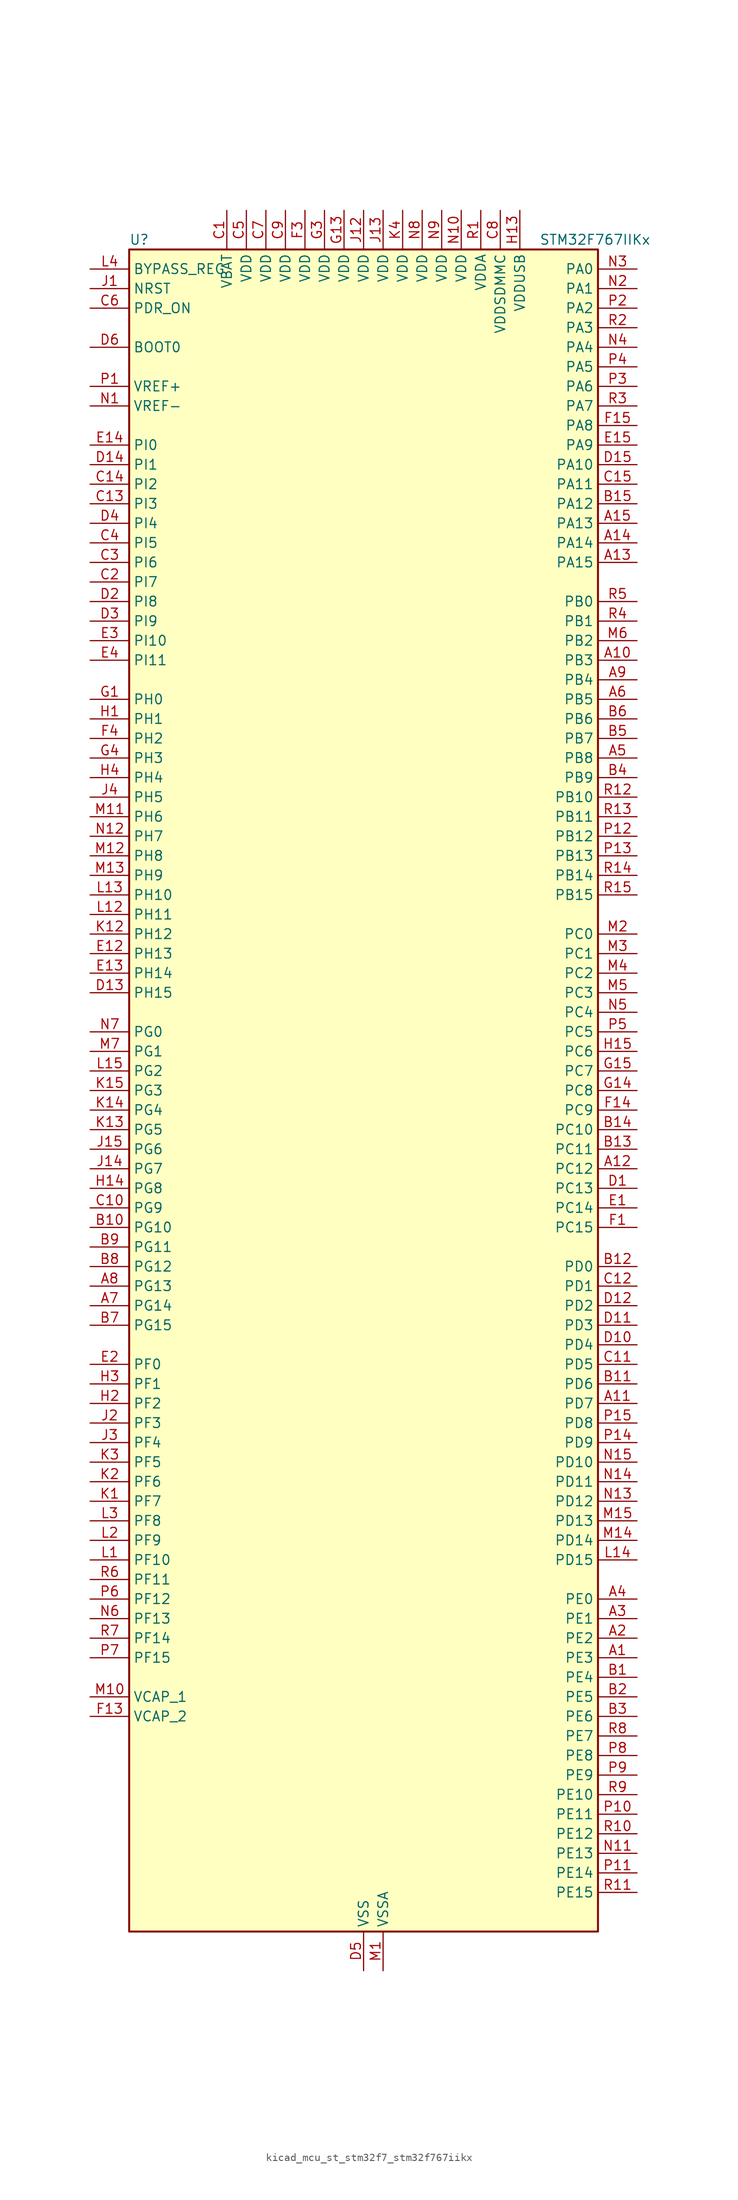
<source format=kicad_sym>
(kicad_symbol_lib
  (version 20220914)
  (generator kicad_symbol_editor)
  (symbol "kicad_mcu_st_stm32f7_stm32f767iikx"
    (property "Reference" "U"
      (at -30.48 110.49 0)
      (effects (font (size 1.27 1.27)) (justify left)))
    (property "Value" "STM32F767IIKx"
      (at 22.86 110.49 0)
      (effects (font (size 1.27 1.27)) (justify left)))
    (property "ki_locked" ""
      (at 0 0 0)
      (effects (font (size 1.27 1.27))))
    (symbol "kicad_mcu_st_stm32f7_stm32f767iikx_0_1"
      (rectangle (start -30.48 -109.22) (end 30.48 109.22) (stroke (width 0.254) (type default)) (fill (type background))))
    (symbol "kicad_mcu_st_stm32f7_stm32f767iikx_1_1"
      (pin bidirectional line (at 35.56 -73.66 180) (length 5.08) (name "PE3" (effects (font (size 1.27 1.27)))) (number "A1" (effects (font (size 1.27 1.27)))) (alternate "FMC_A19" bidirectional line) (alternate "SAI1_SD_B" bidirectional line) (alternate "SYS_TRACED0" bidirectional line))
      (pin bidirectional line (at 35.56 55.88 180) (length 5.08) (name "PB3" (effects (font (size 1.27 1.27)))) (number "A10" (effects (font (size 1.27 1.27)))) (alternate "CAN3_RX" bidirectional line) (alternate "I2S1_CK" bidirectional line) (alternate "I2S3_CK" bidirectional line) (alternate "SDMMC2_D2" bidirectional line) (alternate "SPI1_SCK" bidirectional line) (alternate "SPI3_SCK" bidirectional line) (alternate "SPI6_SCK" bidirectional line) (alternate "SYS_JTDO-SWO" bidirectional line) (alternate "TIM2_CH2" bidirectional line) (alternate "UART7_RX" bidirectional line))
      (pin bidirectional line (at 35.56 -40.64 180) (length 5.08) (name "PD7" (effects (font (size 1.27 1.27)))) (number "A11" (effects (font (size 1.27 1.27)))) (alternate "DFSDM1_CKIN1" bidirectional line) (alternate "DFSDM1_DATIN4" bidirectional line) (alternate "FMC_NE1" bidirectional line) (alternate "I2S1_SD" bidirectional line) (alternate "SDMMC2_CMD" bidirectional line) (alternate "SPDIFRX_IN0" bidirectional line) (alternate "SPI1_MOSI" bidirectional line) (alternate "USART2_CK" bidirectional line))
      (pin bidirectional line (at 35.56 -10.16 180) (length 5.08) (name "PC12" (effects (font (size 1.27 1.27)))) (number "A12" (effects (font (size 1.27 1.27)))) (alternate "DCMI_D9" bidirectional line) (alternate "I2S3_SD" bidirectional line) (alternate "SDMMC1_CK" bidirectional line) (alternate "SPI3_MOSI" bidirectional line) (alternate "SYS_TRACED3" bidirectional line) (alternate "UART5_TX" bidirectional line) (alternate "USART3_CK" bidirectional line))
      (pin bidirectional line (at 35.56 68.58 180) (length 5.08) (name "PA15" (effects (font (size 1.27 1.27)))) (number "A13" (effects (font (size 1.27 1.27)))) (alternate "CAN3_TX" bidirectional line) (alternate "CEC" bidirectional line) (alternate "I2S1_WS" bidirectional line) (alternate "I2S3_WS" bidirectional line) (alternate "SPI1_NSS" bidirectional line) (alternate "SPI3_NSS" bidirectional line) (alternate "SPI6_NSS" bidirectional line) (alternate "SYS_JTDI" bidirectional line) (alternate "TIM2_CH1" bidirectional line) (alternate "TIM2_ETR" bidirectional line) (alternate "UART4_DE" bidirectional line) (alternate "UART4_RTS" bidirectional line) (alternate "UART7_TX" bidirectional line))
      (pin bidirectional line (at 35.56 71.12 180) (length 5.08) (name "PA14" (effects (font (size 1.27 1.27)))) (number "A14" (effects (font (size 1.27 1.27)))) (alternate "SYS_JTCK-SWCLK" bidirectional line))
      (pin bidirectional line (at 35.56 73.66 180) (length 5.08) (name "PA13" (effects (font (size 1.27 1.27)))) (number "A15" (effects (font (size 1.27 1.27)))) (alternate "SYS_JTMS-SWDIO" bidirectional line))
      (pin bidirectional line (at 35.56 -71.12 180) (length 5.08) (name "PE2" (effects (font (size 1.27 1.27)))) (number "A2" (effects (font (size 1.27 1.27)))) (alternate "ETH_TXD3" bidirectional line) (alternate "FMC_A23" bidirectional line) (alternate "QUADSPI_BK1_IO2" bidirectional line) (alternate "SAI1_MCLK_A" bidirectional line) (alternate "SPI4_SCK" bidirectional line) (alternate "SYS_TRACECLK" bidirectional line))
      (pin bidirectional line (at 35.56 -68.58 180) (length 5.08) (name "PE1" (effects (font (size 1.27 1.27)))) (number "A3" (effects (font (size 1.27 1.27)))) (alternate "DCMI_D3" bidirectional line) (alternate "FMC_NBL1" bidirectional line) (alternate "LPTIM1_IN2" bidirectional line) (alternate "UART8_TX" bidirectional line))
      (pin bidirectional line (at 35.56 -66.04 180) (length 5.08) (name "PE0" (effects (font (size 1.27 1.27)))) (number "A4" (effects (font (size 1.27 1.27)))) (alternate "DCMI_D2" bidirectional line) (alternate "FMC_NBL0" bidirectional line) (alternate "LPTIM1_ETR" bidirectional line) (alternate "SAI2_MCLK_A" bidirectional line) (alternate "TIM4_ETR" bidirectional line) (alternate "UART8_RX" bidirectional line))
      (pin bidirectional line (at 35.56 43.18 180) (length 5.08) (name "PB8" (effects (font (size 1.27 1.27)))) (number "A5" (effects (font (size 1.27 1.27)))) (alternate "CAN1_RX" bidirectional line) (alternate "DCMI_D6" bidirectional line) (alternate "DFSDM1_CKIN7" bidirectional line) (alternate "ETH_TXD3" bidirectional line) (alternate "I2C1_SCL" bidirectional line) (alternate "I2C4_SCL" bidirectional line) (alternate "LTDC_B6" bidirectional line) (alternate "SDMMC1_D4" bidirectional line) (alternate "SDMMC2_D4" bidirectional line) (alternate "TIM10_CH1" bidirectional line) (alternate "TIM4_CH3" bidirectional line) (alternate "UART5_RX" bidirectional line))
      (pin bidirectional line (at 35.56 50.8 180) (length 5.08) (name "PB5" (effects (font (size 1.27 1.27)))) (number "A6" (effects (font (size 1.27 1.27)))) (alternate "CAN2_RX" bidirectional line) (alternate "DCMI_D10" bidirectional line) (alternate "ETH_PPS_OUT" bidirectional line) (alternate "FMC_SDCKE1" bidirectional line) (alternate "I2C1_SMBA" bidirectional line) (alternate "I2S1_SD" bidirectional line) (alternate "I2S3_SD" bidirectional line) (alternate "LTDC_G7" bidirectional line) (alternate "SPI1_MOSI" bidirectional line) (alternate "SPI3_MOSI" bidirectional line) (alternate "SPI6_MOSI" bidirectional line) (alternate "TIM3_CH2" bidirectional line) (alternate "UART5_RX" bidirectional line) (alternate "USB_OTG_HS_ULPI_D7" bidirectional line))
      (pin bidirectional line (at -35.56 -27.94 0) (length 5.08) (name "PG14" (effects (font (size 1.27 1.27)))) (number "A7" (effects (font (size 1.27 1.27)))) (alternate "ETH_TXD1" bidirectional line) (alternate "FMC_A25" bidirectional line) (alternate "LPTIM1_ETR" bidirectional line) (alternate "LTDC_B0" bidirectional line) (alternate "QUADSPI_BK2_IO3" bidirectional line) (alternate "SPI6_MOSI" bidirectional line) (alternate "SYS_TRACED1" bidirectional line) (alternate "USART6_TX" bidirectional line))
      (pin bidirectional line (at -35.56 -25.4 0) (length 5.08) (name "PG13" (effects (font (size 1.27 1.27)))) (number "A8" (effects (font (size 1.27 1.27)))) (alternate "ETH_TXD0" bidirectional line) (alternate "FMC_A24" bidirectional line) (alternate "LPTIM1_OUT" bidirectional line) (alternate "LTDC_R0" bidirectional line) (alternate "SPI6_SCK" bidirectional line) (alternate "SYS_TRACED0" bidirectional line) (alternate "USART6_CTS" bidirectional line))
      (pin bidirectional line (at 35.56 53.34 180) (length 5.08) (name "PB4" (effects (font (size 1.27 1.27)))) (number "A9" (effects (font (size 1.27 1.27)))) (alternate "CAN3_TX" bidirectional line) (alternate "I2S2_WS" bidirectional line) (alternate "SDMMC2_D3" bidirectional line) (alternate "SPI1_MISO" bidirectional line) (alternate "SPI2_NSS" bidirectional line) (alternate "SPI3_MISO" bidirectional line) (alternate "SPI6_MISO" bidirectional line) (alternate "SYS_JTRST" bidirectional line) (alternate "TIM3_CH1" bidirectional line) (alternate "UART7_TX" bidirectional line))
      (pin bidirectional line (at 35.56 -76.2 180) (length 5.08) (name "PE4" (effects (font (size 1.27 1.27)))) (number "B1" (effects (font (size 1.27 1.27)))) (alternate "DCMI_D4" bidirectional line) (alternate "DFSDM1_DATIN3" bidirectional line) (alternate "FMC_A20" bidirectional line) (alternate "LTDC_B0" bidirectional line) (alternate "SAI1_FS_A" bidirectional line) (alternate "SPI4_NSS" bidirectional line) (alternate "SYS_TRACED1" bidirectional line))
      (pin bidirectional line (at -35.56 -17.78 0) (length 5.08) (name "PG10" (effects (font (size 1.27 1.27)))) (number "B10" (effects (font (size 1.27 1.27)))) (alternate "DCMI_D2" bidirectional line) (alternate "FMC_NE3" bidirectional line) (alternate "I2S1_WS" bidirectional line) (alternate "LTDC_B2" bidirectional line) (alternate "LTDC_G3" bidirectional line) (alternate "SAI2_SD_B" bidirectional line) (alternate "SDMMC2_D1" bidirectional line) (alternate "SPI1_NSS" bidirectional line))
      (pin bidirectional line (at 35.56 -38.1 180) (length 5.08) (name "PD6" (effects (font (size 1.27 1.27)))) (number "B11" (effects (font (size 1.27 1.27)))) (alternate "DCMI_D10" bidirectional line) (alternate "DFSDM1_CKIN4" bidirectional line) (alternate "DFSDM1_DATIN1" bidirectional line) (alternate "FMC_NWAIT" bidirectional line) (alternate "I2S3_SD" bidirectional line) (alternate "LTDC_B2" bidirectional line) (alternate "SAI1_SD_A" bidirectional line) (alternate "SDMMC2_CK" bidirectional line) (alternate "SPI3_MOSI" bidirectional line) (alternate "USART2_RX" bidirectional line))
      (pin bidirectional line (at 35.56 -22.86 180) (length 5.08) (name "PD0" (effects (font (size 1.27 1.27)))) (number "B12" (effects (font (size 1.27 1.27)))) (alternate "CAN1_RX" bidirectional line) (alternate "DFSDM1_CKIN6" bidirectional line) (alternate "DFSDM1_DATIN7" bidirectional line) (alternate "FMC_D2" bidirectional line) (alternate "FMC_DA2" bidirectional line) (alternate "UART4_RX" bidirectional line))
      (pin bidirectional line (at 35.56 -7.62 180) (length 5.08) (name "PC11" (effects (font (size 1.27 1.27)))) (number "B13" (effects (font (size 1.27 1.27)))) (alternate "ADC1_EXTI11" bidirectional line) (alternate "ADC2_EXTI11" bidirectional line) (alternate "ADC3_EXTI11" bidirectional line) (alternate "DCMI_D4" bidirectional line) (alternate "DFSDM1_DATIN5" bidirectional line) (alternate "QUADSPI_BK2_NCS" bidirectional line) (alternate "SDMMC1_D3" bidirectional line) (alternate "SPI3_MISO" bidirectional line) (alternate "UART4_RX" bidirectional line) (alternate "USART3_RX" bidirectional line))
      (pin bidirectional line (at 35.56 -5.08 180) (length 5.08) (name "PC10" (effects (font (size 1.27 1.27)))) (number "B14" (effects (font (size 1.27 1.27)))) (alternate "DCMI_D8" bidirectional line) (alternate "DFSDM1_CKIN5" bidirectional line) (alternate "I2S3_CK" bidirectional line) (alternate "LTDC_R2" bidirectional line) (alternate "QUADSPI_BK1_IO1" bidirectional line) (alternate "SDMMC1_D2" bidirectional line) (alternate "SPI3_SCK" bidirectional line) (alternate "UART4_TX" bidirectional line) (alternate "USART3_TX" bidirectional line))
      (pin bidirectional line (at 35.56 76.2 180) (length 5.08) (name "PA12" (effects (font (size 1.27 1.27)))) (number "B15" (effects (font (size 1.27 1.27)))) (alternate "CAN1_TX" bidirectional line) (alternate "I2S2_CK" bidirectional line) (alternate "LTDC_R5" bidirectional line) (alternate "SAI2_FS_B" bidirectional line) (alternate "SPI2_SCK" bidirectional line) (alternate "TIM1_ETR" bidirectional line) (alternate "UART4_TX" bidirectional line) (alternate "USART1_DE" bidirectional line) (alternate "USART1_RTS" bidirectional line) (alternate "USB_OTG_FS_DP" bidirectional line))
      (pin bidirectional line (at 35.56 -78.74 180) (length 5.08) (name "PE5" (effects (font (size 1.27 1.27)))) (number "B2" (effects (font (size 1.27 1.27)))) (alternate "DCMI_D6" bidirectional line) (alternate "DFSDM1_CKIN3" bidirectional line) (alternate "FMC_A21" bidirectional line) (alternate "LTDC_G0" bidirectional line) (alternate "SAI1_SCK_A" bidirectional line) (alternate "SPI4_MISO" bidirectional line) (alternate "SYS_TRACED2" bidirectional line) (alternate "TIM9_CH1" bidirectional line))
      (pin bidirectional line (at 35.56 -81.28 180) (length 5.08) (name "PE6" (effects (font (size 1.27 1.27)))) (number "B3" (effects (font (size 1.27 1.27)))) (alternate "DCMI_D7" bidirectional line) (alternate "FMC_A22" bidirectional line) (alternate "LTDC_G1" bidirectional line) (alternate "SAI1_SD_A" bidirectional line) (alternate "SAI2_MCLK_B" bidirectional line) (alternate "SPI4_MOSI" bidirectional line) (alternate "SYS_TRACED3" bidirectional line) (alternate "TIM1_BKIN2" bidirectional line) (alternate "TIM9_CH2" bidirectional line))
      (pin bidirectional line (at 35.56 40.64 180) (length 5.08) (name "PB9" (effects (font (size 1.27 1.27)))) (number "B4" (effects (font (size 1.27 1.27)))) (alternate "CAN1_TX" bidirectional line) (alternate "DAC_EXTI9" bidirectional line) (alternate "DCMI_D7" bidirectional line) (alternate "DFSDM1_DATIN7" bidirectional line) (alternate "I2C1_SDA" bidirectional line) (alternate "I2C4_SDA" bidirectional line) (alternate "I2C4_SMBA" bidirectional line) (alternate "I2S2_WS" bidirectional line) (alternate "LTDC_B7" bidirectional line) (alternate "SDMMC1_D5" bidirectional line) (alternate "SDMMC2_D5" bidirectional line) (alternate "SPI2_NSS" bidirectional line) (alternate "TIM11_CH1" bidirectional line) (alternate "TIM4_CH4" bidirectional line) (alternate "UART5_TX" bidirectional line))
      (pin bidirectional line (at 35.56 45.72 180) (length 5.08) (name "PB7" (effects (font (size 1.27 1.27)))) (number "B5" (effects (font (size 1.27 1.27)))) (alternate "DCMI_VSYNC" bidirectional line) (alternate "DFSDM1_CKIN5" bidirectional line) (alternate "FMC_NL" bidirectional line) (alternate "I2C1_SDA" bidirectional line) (alternate "I2C4_SDA" bidirectional line) (alternate "TIM4_CH2" bidirectional line) (alternate "USART1_RX" bidirectional line))
      (pin bidirectional line (at 35.56 48.26 180) (length 5.08) (name "PB6" (effects (font (size 1.27 1.27)))) (number "B6" (effects (font (size 1.27 1.27)))) (alternate "CAN2_TX" bidirectional line) (alternate "CEC" bidirectional line) (alternate "DCMI_D5" bidirectional line) (alternate "DFSDM1_DATIN5" bidirectional line) (alternate "FMC_SDNE1" bidirectional line) (alternate "I2C1_SCL" bidirectional line) (alternate "I2C4_SCL" bidirectional line) (alternate "QUADSPI_BK1_NCS" bidirectional line) (alternate "TIM4_CH1" bidirectional line) (alternate "UART5_TX" bidirectional line) (alternate "USART1_TX" bidirectional line))
      (pin bidirectional line (at -35.56 -30.48 0) (length 5.08) (name "PG15" (effects (font (size 1.27 1.27)))) (number "B7" (effects (font (size 1.27 1.27)))) (alternate "DCMI_D13" bidirectional line) (alternate "FMC_SDNCAS" bidirectional line) (alternate "USART6_CTS" bidirectional line))
      (pin bidirectional line (at -35.56 -22.86 0) (length 5.08) (name "PG12" (effects (font (size 1.27 1.27)))) (number "B8" (effects (font (size 1.27 1.27)))) (alternate "FMC_NE4" bidirectional line) (alternate "LPTIM1_IN1" bidirectional line) (alternate "LTDC_B1" bidirectional line) (alternate "LTDC_B4" bidirectional line) (alternate "SDMMC2_D3" bidirectional line) (alternate "SPDIFRX_IN1" bidirectional line) (alternate "SPI6_MISO" bidirectional line) (alternate "USART6_DE" bidirectional line) (alternate "USART6_RTS" bidirectional line))
      (pin bidirectional line (at -35.56 -20.32 0) (length 5.08) (name "PG11" (effects (font (size 1.27 1.27)))) (number "B9" (effects (font (size 1.27 1.27)))) (alternate "ADC1_EXTI11" bidirectional line) (alternate "ADC2_EXTI11" bidirectional line) (alternate "ADC3_EXTI11" bidirectional line) (alternate "DCMI_D3" bidirectional line) (alternate "ETH_TX_EN" bidirectional line) (alternate "I2S1_CK" bidirectional line) (alternate "LTDC_B3" bidirectional line) (alternate "SDMMC2_D2" bidirectional line) (alternate "SPDIFRX_IN0" bidirectional line) (alternate "SPI1_SCK" bidirectional line))
      (pin power_in line (at -17.78 114.3 270) (length 5.08) (name "VBAT" (effects (font (size 1.27 1.27)))) (number "C1" (effects (font (size 1.27 1.27)))))
      (pin bidirectional line (at -35.56 -15.24 0) (length 5.08) (name "PG9" (effects (font (size 1.27 1.27)))) (number "C10" (effects (font (size 1.27 1.27)))) (alternate "DAC_EXTI9" bidirectional line) (alternate "DCMI_VSYNC" bidirectional line) (alternate "FMC_NCE" bidirectional line) (alternate "FMC_NE2" bidirectional line) (alternate "QUADSPI_BK2_IO2" bidirectional line) (alternate "SAI2_FS_B" bidirectional line) (alternate "SDMMC2_D0" bidirectional line) (alternate "SPDIFRX_IN3" bidirectional line) (alternate "SPI1_MISO" bidirectional line) (alternate "USART6_RX" bidirectional line))
      (pin bidirectional line (at 35.56 -35.56 180) (length 5.08) (name "PD5" (effects (font (size 1.27 1.27)))) (number "C11" (effects (font (size 1.27 1.27)))) (alternate "FMC_NWE" bidirectional line) (alternate "USART2_TX" bidirectional line))
      (pin bidirectional line (at 35.56 -25.4 180) (length 5.08) (name "PD1" (effects (font (size 1.27 1.27)))) (number "C12" (effects (font (size 1.27 1.27)))) (alternate "CAN1_TX" bidirectional line) (alternate "DFSDM1_CKIN7" bidirectional line) (alternate "DFSDM1_DATIN6" bidirectional line) (alternate "FMC_D3" bidirectional line) (alternate "FMC_DA3" bidirectional line) (alternate "UART4_TX" bidirectional line))
      (pin bidirectional line (at -35.56 76.2 0) (length 5.08) (name "PI3" (effects (font (size 1.27 1.27)))) (number "C13" (effects (font (size 1.27 1.27)))) (alternate "DCMI_D10" bidirectional line) (alternate "FMC_D27" bidirectional line) (alternate "I2S2_SD" bidirectional line) (alternate "SPI2_MOSI" bidirectional line) (alternate "TIM8_ETR" bidirectional line))
      (pin bidirectional line (at -35.56 78.74 0) (length 5.08) (name "PI2" (effects (font (size 1.27 1.27)))) (number "C14" (effects (font (size 1.27 1.27)))) (alternate "DCMI_D9" bidirectional line) (alternate "FMC_D26" bidirectional line) (alternate "LTDC_G7" bidirectional line) (alternate "SPI2_MISO" bidirectional line) (alternate "TIM8_CH4" bidirectional line))
      (pin bidirectional line (at 35.56 78.74 180) (length 5.08) (name "PA11" (effects (font (size 1.27 1.27)))) (number "C15" (effects (font (size 1.27 1.27)))) (alternate "ADC1_EXTI11" bidirectional line) (alternate "ADC2_EXTI11" bidirectional line) (alternate "ADC3_EXTI11" bidirectional line) (alternate "CAN1_RX" bidirectional line) (alternate "I2S2_WS" bidirectional line) (alternate "LTDC_R4" bidirectional line) (alternate "SPI2_NSS" bidirectional line) (alternate "TIM1_CH4" bidirectional line) (alternate "UART4_RX" bidirectional line) (alternate "USART1_CTS" bidirectional line) (alternate "USB_OTG_FS_DM" bidirectional line))
      (pin bidirectional line (at -35.56 66.04 0) (length 5.08) (name "PI7" (effects (font (size 1.27 1.27)))) (number "C2" (effects (font (size 1.27 1.27)))) (alternate "DCMI_D7" bidirectional line) (alternate "FMC_D29" bidirectional line) (alternate "LTDC_B7" bidirectional line) (alternate "SAI2_FS_A" bidirectional line) (alternate "TIM8_CH3" bidirectional line))
      (pin bidirectional line (at -35.56 68.58 0) (length 5.08) (name "PI6" (effects (font (size 1.27 1.27)))) (number "C3" (effects (font (size 1.27 1.27)))) (alternate "DCMI_D6" bidirectional line) (alternate "FMC_D28" bidirectional line) (alternate "LTDC_B6" bidirectional line) (alternate "SAI2_SD_A" bidirectional line) (alternate "TIM8_CH2" bidirectional line))
      (pin bidirectional line (at -35.56 71.12 0) (length 5.08) (name "PI5" (effects (font (size 1.27 1.27)))) (number "C4" (effects (font (size 1.27 1.27)))) (alternate "DCMI_VSYNC" bidirectional line) (alternate "FMC_NBL3" bidirectional line) (alternate "LTDC_B5" bidirectional line) (alternate "SAI2_SCK_A" bidirectional line) (alternate "TIM8_CH1" bidirectional line))
      (pin power_in line (at -15.24 114.3 270) (length 5.08) (name "VDD" (effects (font (size 1.27 1.27)))) (number "C5" (effects (font (size 1.27 1.27)))))
      (pin input line (at -35.56 101.6 0) (length 5.08) (name "PDR_ON" (effects (font (size 1.27 1.27)))) (number "C6" (effects (font (size 1.27 1.27)))))
      (pin power_in line (at -12.7 114.3 270) (length 5.08) (name "VDD" (effects (font (size 1.27 1.27)))) (number "C7" (effects (font (size 1.27 1.27)))))
      (pin power_in line (at 17.78 114.3 270) (length 5.08) (name "VDDSDMMC" (effects (font (size 1.27 1.27)))) (number "C8" (effects (font (size 1.27 1.27)))))
      (pin power_in line (at -10.16 114.3 270) (length 5.08) (name "VDD" (effects (font (size 1.27 1.27)))) (number "C9" (effects (font (size 1.27 1.27)))))
      (pin bidirectional line (at 35.56 -12.7 180) (length 5.08) (name "PC13" (effects (font (size 1.27 1.27)))) (number "D1" (effects (font (size 1.27 1.27)))) (alternate "RTC_OUT" bidirectional line) (alternate "RTC_TAMP1" bidirectional line) (alternate "RTC_TS" bidirectional line) (alternate "SYS_WKUP4" bidirectional line))
      (pin bidirectional line (at 35.56 -33.02 180) (length 5.08) (name "PD4" (effects (font (size 1.27 1.27)))) (number "D10" (effects (font (size 1.27 1.27)))) (alternate "DFSDM1_CKIN0" bidirectional line) (alternate "FMC_NOE" bidirectional line) (alternate "USART2_DE" bidirectional line) (alternate "USART2_RTS" bidirectional line))
      (pin bidirectional line (at 35.56 -30.48 180) (length 5.08) (name "PD3" (effects (font (size 1.27 1.27)))) (number "D11" (effects (font (size 1.27 1.27)))) (alternate "DCMI_D5" bidirectional line) (alternate "DFSDM1_CKOUT" bidirectional line) (alternate "DFSDM1_DATIN0" bidirectional line) (alternate "FMC_CLK" bidirectional line) (alternate "I2S2_CK" bidirectional line) (alternate "LTDC_G7" bidirectional line) (alternate "SPI2_SCK" bidirectional line) (alternate "USART2_CTS" bidirectional line))
      (pin bidirectional line (at 35.56 -27.94 180) (length 5.08) (name "PD2" (effects (font (size 1.27 1.27)))) (number "D12" (effects (font (size 1.27 1.27)))) (alternate "DCMI_D11" bidirectional line) (alternate "SDMMC1_CMD" bidirectional line) (alternate "SYS_TRACED2" bidirectional line) (alternate "TIM3_ETR" bidirectional line) (alternate "UART5_RX" bidirectional line))
      (pin bidirectional line (at -35.56 12.7 0) (length 5.08) (name "PH15" (effects (font (size 1.27 1.27)))) (number "D13" (effects (font (size 1.27 1.27)))) (alternate "DCMI_D11" bidirectional line) (alternate "FMC_D23" bidirectional line) (alternate "LTDC_G4" bidirectional line) (alternate "TIM8_CH3N" bidirectional line))
      (pin bidirectional line (at -35.56 81.28 0) (length 5.08) (name "PI1" (effects (font (size 1.27 1.27)))) (number "D14" (effects (font (size 1.27 1.27)))) (alternate "DCMI_D8" bidirectional line) (alternate "FMC_D25" bidirectional line) (alternate "I2S2_CK" bidirectional line) (alternate "LTDC_G6" bidirectional line) (alternate "SPI2_SCK" bidirectional line) (alternate "TIM8_BKIN2" bidirectional line))
      (pin bidirectional line (at 35.56 81.28 180) (length 5.08) (name "PA10" (effects (font (size 1.27 1.27)))) (number "D15" (effects (font (size 1.27 1.27)))) (alternate "DCMI_D1" bidirectional line) (alternate "LTDC_B1" bidirectional line) (alternate "LTDC_B4" bidirectional line) (alternate "MDIOS_MDIO" bidirectional line) (alternate "TIM1_CH3" bidirectional line) (alternate "USART1_RX" bidirectional line) (alternate "USB_OTG_FS_ID" bidirectional line))
      (pin bidirectional line (at -35.56 63.5 0) (length 5.08) (name "PI8" (effects (font (size 1.27 1.27)))) (number "D2" (effects (font (size 1.27 1.27)))) (alternate "RTC_TAMP2" bidirectional line) (alternate "RTC_TS" bidirectional line) (alternate "SYS_WKUP5" bidirectional line))
      (pin bidirectional line (at -35.56 60.96 0) (length 5.08) (name "PI9" (effects (font (size 1.27 1.27)))) (number "D3" (effects (font (size 1.27 1.27)))) (alternate "CAN1_RX" bidirectional line) (alternate "DAC_EXTI9" bidirectional line) (alternate "FMC_D30" bidirectional line) (alternate "LTDC_VSYNC" bidirectional line) (alternate "UART4_RX" bidirectional line))
      (pin bidirectional line (at -35.56 73.66 0) (length 5.08) (name "PI4" (effects (font (size 1.27 1.27)))) (number "D4" (effects (font (size 1.27 1.27)))) (alternate "DCMI_D5" bidirectional line) (alternate "FMC_NBL2" bidirectional line) (alternate "LTDC_B4" bidirectional line) (alternate "SAI2_MCLK_A" bidirectional line) (alternate "TIM8_BKIN" bidirectional line))
      (pin power_in line (at 0 -114.3 90) (length 5.08) (name "VSS" (effects (font (size 1.27 1.27)))) (number "D5" (effects (font (size 1.27 1.27)))))
      (pin input line (at -35.56 96.52 0) (length 5.08) (name "BOOT0" (effects (font (size 1.27 1.27)))) (number "D6" (effects (font (size 1.27 1.27)))))
      (pin passive line (at 0 -114.3 90) (length 5.08) hide (name "VSS" (effects (font (size 1.27 1.27)))) (number "D7" (effects (font (size 1.27 1.27)))))
      (pin passive line (at 0 -114.3 90) (length 5.08) hide (name "VSS" (effects (font (size 1.27 1.27)))) (number "D8" (effects (font (size 1.27 1.27)))))
      (pin passive line (at 0 -114.3 90) (length 5.08) hide (name "VSS" (effects (font (size 1.27 1.27)))) (number "D9" (effects (font (size 1.27 1.27)))))
      (pin bidirectional line (at 35.56 -15.24 180) (length 5.08) (name "PC14" (effects (font (size 1.27 1.27)))) (number "E1" (effects (font (size 1.27 1.27)))) (alternate "RCC_OSC32_IN" bidirectional line))
      (pin bidirectional line (at -35.56 17.78 0) (length 5.08) (name "PH13" (effects (font (size 1.27 1.27)))) (number "E12" (effects (font (size 1.27 1.27)))) (alternate "CAN1_TX" bidirectional line) (alternate "FMC_D21" bidirectional line) (alternate "LTDC_G2" bidirectional line) (alternate "TIM8_CH1N" bidirectional line) (alternate "UART4_TX" bidirectional line))
      (pin bidirectional line (at -35.56 15.24 0) (length 5.08) (name "PH14" (effects (font (size 1.27 1.27)))) (number "E13" (effects (font (size 1.27 1.27)))) (alternate "CAN1_RX" bidirectional line) (alternate "DCMI_D4" bidirectional line) (alternate "FMC_D22" bidirectional line) (alternate "LTDC_G3" bidirectional line) (alternate "TIM8_CH2N" bidirectional line) (alternate "UART4_RX" bidirectional line))
      (pin bidirectional line (at -35.56 83.82 0) (length 5.08) (name "PI0" (effects (font (size 1.27 1.27)))) (number "E14" (effects (font (size 1.27 1.27)))) (alternate "DCMI_D13" bidirectional line) (alternate "FMC_D24" bidirectional line) (alternate "I2S2_WS" bidirectional line) (alternate "LTDC_G5" bidirectional line) (alternate "SPI2_NSS" bidirectional line) (alternate "TIM5_CH4" bidirectional line))
      (pin bidirectional line (at 35.56 83.82 180) (length 5.08) (name "PA9" (effects (font (size 1.27 1.27)))) (number "E15" (effects (font (size 1.27 1.27)))) (alternate "DAC_EXTI9" bidirectional line) (alternate "DCMI_D0" bidirectional line) (alternate "I2C3_SMBA" bidirectional line) (alternate "I2S2_CK" bidirectional line) (alternate "LTDC_R5" bidirectional line) (alternate "SPI2_SCK" bidirectional line) (alternate "TIM1_CH2" bidirectional line) (alternate "USART1_TX" bidirectional line) (alternate "USB_OTG_FS_VBUS" bidirectional line))
      (pin bidirectional line (at -35.56 -35.56 0) (length 5.08) (name "PF0" (effects (font (size 1.27 1.27)))) (number "E2" (effects (font (size 1.27 1.27)))) (alternate "FMC_A0" bidirectional line) (alternate "I2C2_SDA" bidirectional line))
      (pin bidirectional line (at -35.56 58.42 0) (length 5.08) (name "PI10" (effects (font (size 1.27 1.27)))) (number "E3" (effects (font (size 1.27 1.27)))) (alternate "ETH_RX_ER" bidirectional line) (alternate "FMC_D31" bidirectional line) (alternate "LTDC_HSYNC" bidirectional line))
      (pin bidirectional line (at -35.56 55.88 0) (length 5.08) (name "PI11" (effects (font (size 1.27 1.27)))) (number "E4" (effects (font (size 1.27 1.27)))) (alternate "ADC1_EXTI11" bidirectional line) (alternate "ADC2_EXTI11" bidirectional line) (alternate "ADC3_EXTI11" bidirectional line) (alternate "LTDC_G6" bidirectional line) (alternate "SYS_WKUP6" bidirectional line) (alternate "USB_OTG_HS_ULPI_DIR" bidirectional line))
      (pin bidirectional line (at 35.56 -17.78 180) (length 5.08) (name "PC15" (effects (font (size 1.27 1.27)))) (number "F1" (effects (font (size 1.27 1.27)))) (alternate "RCC_OSC32_OUT" bidirectional line))
      (pin passive line (at 0 -114.3 90) (length 5.08) hide (name "VSS" (effects (font (size 1.27 1.27)))) (number "F10" (effects (font (size 1.27 1.27)))))
      (pin passive line (at 0 -114.3 90) (length 5.08) hide (name "VSS" (effects (font (size 1.27 1.27)))) (number "F12" (effects (font (size 1.27 1.27)))))
      (pin power_out line (at -35.56 -81.28 0) (length 5.08) (name "VCAP_2" (effects (font (size 1.27 1.27)))) (number "F13" (effects (font (size 1.27 1.27)))))
      (pin bidirectional line (at 35.56 -2.54 180) (length 5.08) (name "PC9" (effects (font (size 1.27 1.27)))) (number "F14" (effects (font (size 1.27 1.27)))) (alternate "DAC_EXTI9" bidirectional line) (alternate "DCMI_D3" bidirectional line) (alternate "I2C3_SDA" bidirectional line) (alternate "I2S_CKIN" bidirectional line) (alternate "LTDC_B2" bidirectional line) (alternate "LTDC_G3" bidirectional line) (alternate "QUADSPI_BK1_IO0" bidirectional line) (alternate "RCC_MCO_2" bidirectional line) (alternate "SDMMC1_D1" bidirectional line) (alternate "TIM3_CH4" bidirectional line) (alternate "TIM8_CH4" bidirectional line) (alternate "UART5_CTS" bidirectional line))
      (pin bidirectional line (at 35.56 86.36 180) (length 5.08) (name "PA8" (effects (font (size 1.27 1.27)))) (number "F15" (effects (font (size 1.27 1.27)))) (alternate "CAN3_RX" bidirectional line) (alternate "I2C3_SCL" bidirectional line) (alternate "LTDC_B3" bidirectional line) (alternate "LTDC_R6" bidirectional line) (alternate "RCC_MCO_1" bidirectional line) (alternate "TIM1_CH1" bidirectional line) (alternate "TIM8_BKIN2" bidirectional line) (alternate "UART7_RX" bidirectional line) (alternate "USART1_CK" bidirectional line) (alternate "USB_OTG_FS_SOF" bidirectional line))
      (pin passive line (at 0 -114.3 90) (length 5.08) hide (name "VSS" (effects (font (size 1.27 1.27)))) (number "F2" (effects (font (size 1.27 1.27)))))
      (pin power_in line (at -7.62 114.3 270) (length 5.08) (name "VDD" (effects (font (size 1.27 1.27)))) (number "F3" (effects (font (size 1.27 1.27)))))
      (pin bidirectional line (at -35.56 45.72 0) (length 5.08) (name "PH2" (effects (font (size 1.27 1.27)))) (number "F4" (effects (font (size 1.27 1.27)))) (alternate "ETH_CRS" bidirectional line) (alternate "FMC_SDCKE0" bidirectional line) (alternate "LPTIM1_IN2" bidirectional line) (alternate "LTDC_R0" bidirectional line) (alternate "QUADSPI_BK2_IO0" bidirectional line) (alternate "SAI2_SCK_B" bidirectional line))
      (pin passive line (at 0 -114.3 90) (length 5.08) hide (name "VSS" (effects (font (size 1.27 1.27)))) (number "F6" (effects (font (size 1.27 1.27)))))
      (pin passive line (at 0 -114.3 90) (length 5.08) hide (name "VSS" (effects (font (size 1.27 1.27)))) (number "F7" (effects (font (size 1.27 1.27)))))
      (pin passive line (at 0 -114.3 90) (length 5.08) hide (name "VSS" (effects (font (size 1.27 1.27)))) (number "F8" (effects (font (size 1.27 1.27)))))
      (pin passive line (at 0 -114.3 90) (length 5.08) hide (name "VSS" (effects (font (size 1.27 1.27)))) (number "F9" (effects (font (size 1.27 1.27)))))
      (pin bidirectional line (at -35.56 50.8 0) (length 5.08) (name "PH0" (effects (font (size 1.27 1.27)))) (number "G1" (effects (font (size 1.27 1.27)))) (alternate "RCC_OSC_IN" bidirectional line))
      (pin passive line (at 0 -114.3 90) (length 5.08) hide (name "VSS" (effects (font (size 1.27 1.27)))) (number "G10" (effects (font (size 1.27 1.27)))))
      (pin passive line (at 0 -114.3 90) (length 5.08) hide (name "VSS" (effects (font (size 1.27 1.27)))) (number "G12" (effects (font (size 1.27 1.27)))))
      (pin power_in line (at -2.54 114.3 270) (length 5.08) (name "VDD" (effects (font (size 1.27 1.27)))) (number "G13" (effects (font (size 1.27 1.27)))))
      (pin bidirectional line (at 35.56 0 180) (length 5.08) (name "PC8" (effects (font (size 1.27 1.27)))) (number "G14" (effects (font (size 1.27 1.27)))) (alternate "DCMI_D2" bidirectional line) (alternate "FMC_NCE" bidirectional line) (alternate "FMC_NE2" bidirectional line) (alternate "SDMMC1_D0" bidirectional line) (alternate "SYS_TRACED1" bidirectional line) (alternate "TIM3_CH3" bidirectional line) (alternate "TIM8_CH3" bidirectional line) (alternate "UART5_DE" bidirectional line) (alternate "UART5_RTS" bidirectional line) (alternate "USART6_CK" bidirectional line))
      (pin bidirectional line (at 35.56 2.54 180) (length 5.08) (name "PC7" (effects (font (size 1.27 1.27)))) (number "G15" (effects (font (size 1.27 1.27)))) (alternate "DCMI_D1" bidirectional line) (alternate "DFSDM1_DATIN3" bidirectional line) (alternate "FMC_NE1" bidirectional line) (alternate "I2S3_MCK" bidirectional line) (alternate "LTDC_G6" bidirectional line) (alternate "SDMMC1_D7" bidirectional line) (alternate "SDMMC2_D7" bidirectional line) (alternate "TIM3_CH2" bidirectional line) (alternate "TIM8_CH2" bidirectional line) (alternate "USART6_RX" bidirectional line))
      (pin passive line (at 0 -114.3 90) (length 5.08) hide (name "VSS" (effects (font (size 1.27 1.27)))) (number "G2" (effects (font (size 1.27 1.27)))))
      (pin power_in line (at -5.08 114.3 270) (length 5.08) (name "VDD" (effects (font (size 1.27 1.27)))) (number "G3" (effects (font (size 1.27 1.27)))))
      (pin bidirectional line (at -35.56 43.18 0) (length 5.08) (name "PH3" (effects (font (size 1.27 1.27)))) (number "G4" (effects (font (size 1.27 1.27)))) (alternate "ETH_COL" bidirectional line) (alternate "FMC_SDNE0" bidirectional line) (alternate "LTDC_R1" bidirectional line) (alternate "QUADSPI_BK2_IO1" bidirectional line) (alternate "SAI2_MCLK_B" bidirectional line))
      (pin passive line (at 0 -114.3 90) (length 5.08) hide (name "VSS" (effects (font (size 1.27 1.27)))) (number "G6" (effects (font (size 1.27 1.27)))))
      (pin passive line (at 0 -114.3 90) (length 5.08) hide (name "VSS" (effects (font (size 1.27 1.27)))) (number "G7" (effects (font (size 1.27 1.27)))))
      (pin passive line (at 0 -114.3 90) (length 5.08) hide (name "VSS" (effects (font (size 1.27 1.27)))) (number "G8" (effects (font (size 1.27 1.27)))))
      (pin passive line (at 0 -114.3 90) (length 5.08) hide (name "VSS" (effects (font (size 1.27 1.27)))) (number "G9" (effects (font (size 1.27 1.27)))))
      (pin bidirectional line (at -35.56 48.26 0) (length 5.08) (name "PH1" (effects (font (size 1.27 1.27)))) (number "H1" (effects (font (size 1.27 1.27)))) (alternate "RCC_OSC_OUT" bidirectional line))
      (pin passive line (at 0 -114.3 90) (length 5.08) hide (name "VSS" (effects (font (size 1.27 1.27)))) (number "H10" (effects (font (size 1.27 1.27)))))
      (pin passive line (at 0 -114.3 90) (length 5.08) hide (name "VSS" (effects (font (size 1.27 1.27)))) (number "H12" (effects (font (size 1.27 1.27)))))
      (pin power_in line (at 20.32 114.3 270) (length 5.08) (name "VDDUSB" (effects (font (size 1.27 1.27)))) (number "H13" (effects (font (size 1.27 1.27)))))
      (pin bidirectional line (at -35.56 -12.7 0) (length 5.08) (name "PG8" (effects (font (size 1.27 1.27)))) (number "H14" (effects (font (size 1.27 1.27)))) (alternate "ETH_PPS_OUT" bidirectional line) (alternate "FMC_SDCLK" bidirectional line) (alternate "LTDC_G7" bidirectional line) (alternate "SPDIFRX_IN2" bidirectional line) (alternate "SPI6_NSS" bidirectional line) (alternate "USART6_DE" bidirectional line) (alternate "USART6_RTS" bidirectional line))
      (pin bidirectional line (at 35.56 5.08 180) (length 5.08) (name "PC6" (effects (font (size 1.27 1.27)))) (number "H15" (effects (font (size 1.27 1.27)))) (alternate "DCMI_D0" bidirectional line) (alternate "DFSDM1_CKIN3" bidirectional line) (alternate "FMC_NWAIT" bidirectional line) (alternate "I2S2_MCK" bidirectional line) (alternate "LTDC_HSYNC" bidirectional line) (alternate "SDMMC1_D6" bidirectional line) (alternate "SDMMC2_D6" bidirectional line) (alternate "TIM3_CH1" bidirectional line) (alternate "TIM8_CH1" bidirectional line) (alternate "USART6_TX" bidirectional line))
      (pin bidirectional line (at -35.56 -40.64 0) (length 5.08) (name "PF2" (effects (font (size 1.27 1.27)))) (number "H2" (effects (font (size 1.27 1.27)))) (alternate "FMC_A2" bidirectional line) (alternate "I2C2_SMBA" bidirectional line))
      (pin bidirectional line (at -35.56 -38.1 0) (length 5.08) (name "PF1" (effects (font (size 1.27 1.27)))) (number "H3" (effects (font (size 1.27 1.27)))) (alternate "FMC_A1" bidirectional line) (alternate "I2C2_SCL" bidirectional line))
      (pin bidirectional line (at -35.56 40.64 0) (length 5.08) (name "PH4" (effects (font (size 1.27 1.27)))) (number "H4" (effects (font (size 1.27 1.27)))) (alternate "I2C2_SCL" bidirectional line) (alternate "LTDC_G4" bidirectional line) (alternate "LTDC_G5" bidirectional line) (alternate "USB_OTG_HS_ULPI_NXT" bidirectional line))
      (pin passive line (at 0 -114.3 90) (length 5.08) hide (name "VSS" (effects (font (size 1.27 1.27)))) (number "H6" (effects (font (size 1.27 1.27)))))
      (pin passive line (at 0 -114.3 90) (length 5.08) hide (name "VSS" (effects (font (size 1.27 1.27)))) (number "H7" (effects (font (size 1.27 1.27)))))
      (pin passive line (at 0 -114.3 90) (length 5.08) hide (name "VSS" (effects (font (size 1.27 1.27)))) (number "H8" (effects (font (size 1.27 1.27)))))
      (pin passive line (at 0 -114.3 90) (length 5.08) hide (name "VSS" (effects (font (size 1.27 1.27)))) (number "H9" (effects (font (size 1.27 1.27)))))
      (pin input line (at -35.56 104.14 0) (length 5.08) (name "NRST" (effects (font (size 1.27 1.27)))) (number "J1" (effects (font (size 1.27 1.27)))))
      (pin passive line (at 0 -114.3 90) (length 5.08) hide (name "VSS" (effects (font (size 1.27 1.27)))) (number "J10" (effects (font (size 1.27 1.27)))))
      (pin power_in line (at 0 114.3 270) (length 5.08) (name "VDD" (effects (font (size 1.27 1.27)))) (number "J12" (effects (font (size 1.27 1.27)))))
      (pin power_in line (at 2.54 114.3 270) (length 5.08) (name "VDD" (effects (font (size 1.27 1.27)))) (number "J13" (effects (font (size 1.27 1.27)))))
      (pin bidirectional line (at -35.56 -10.16 0) (length 5.08) (name "PG7" (effects (font (size 1.27 1.27)))) (number "J14" (effects (font (size 1.27 1.27)))) (alternate "DCMI_D13" bidirectional line) (alternate "FMC_INT" bidirectional line) (alternate "LTDC_CLK" bidirectional line) (alternate "SAI1_MCLK_A" bidirectional line) (alternate "USART6_CK" bidirectional line))
      (pin bidirectional line (at -35.56 -7.62 0) (length 5.08) (name "PG6" (effects (font (size 1.27 1.27)))) (number "J15" (effects (font (size 1.27 1.27)))) (alternate "DCMI_D12" bidirectional line) (alternate "FMC_NE3" bidirectional line) (alternate "LTDC_R7" bidirectional line))
      (pin bidirectional line (at -35.56 -43.18 0) (length 5.08) (name "PF3" (effects (font (size 1.27 1.27)))) (number "J2" (effects (font (size 1.27 1.27)))) (alternate "ADC3_IN9" bidirectional line) (alternate "FMC_A3" bidirectional line))
      (pin bidirectional line (at -35.56 -45.72 0) (length 5.08) (name "PF4" (effects (font (size 1.27 1.27)))) (number "J3" (effects (font (size 1.27 1.27)))) (alternate "ADC3_IN14" bidirectional line) (alternate "FMC_A4" bidirectional line))
      (pin bidirectional line (at -35.56 38.1 0) (length 5.08) (name "PH5" (effects (font (size 1.27 1.27)))) (number "J4" (effects (font (size 1.27 1.27)))) (alternate "FMC_SDNWE" bidirectional line) (alternate "I2C2_SDA" bidirectional line) (alternate "SPI5_NSS" bidirectional line))
      (pin passive line (at 0 -114.3 90) (length 5.08) hide (name "VSS" (effects (font (size 1.27 1.27)))) (number "J6" (effects (font (size 1.27 1.27)))))
      (pin passive line (at 0 -114.3 90) (length 5.08) hide (name "VSS" (effects (font (size 1.27 1.27)))) (number "J7" (effects (font (size 1.27 1.27)))))
      (pin passive line (at 0 -114.3 90) (length 5.08) hide (name "VSS" (effects (font (size 1.27 1.27)))) (number "J8" (effects (font (size 1.27 1.27)))))
      (pin passive line (at 0 -114.3 90) (length 5.08) hide (name "VSS" (effects (font (size 1.27 1.27)))) (number "J9" (effects (font (size 1.27 1.27)))))
      (pin bidirectional line (at -35.56 -53.34 0) (length 5.08) (name "PF7" (effects (font (size 1.27 1.27)))) (number "K1" (effects (font (size 1.27 1.27)))) (alternate "ADC3_IN5" bidirectional line) (alternate "QUADSPI_BK1_IO2" bidirectional line) (alternate "SAI1_MCLK_B" bidirectional line) (alternate "SPI5_SCK" bidirectional line) (alternate "TIM11_CH1" bidirectional line) (alternate "UART7_TX" bidirectional line))
      (pin passive line (at 0 -114.3 90) (length 5.08) hide (name "VSS" (effects (font (size 1.27 1.27)))) (number "K10" (effects (font (size 1.27 1.27)))))
      (pin bidirectional line (at -35.56 20.32 0) (length 5.08) (name "PH12" (effects (font (size 1.27 1.27)))) (number "K12" (effects (font (size 1.27 1.27)))) (alternate "DCMI_D3" bidirectional line) (alternate "FMC_D20" bidirectional line) (alternate "I2C4_SDA" bidirectional line) (alternate "LTDC_R6" bidirectional line) (alternate "TIM5_CH3" bidirectional line))
      (pin bidirectional line (at -35.56 -5.08 0) (length 5.08) (name "PG5" (effects (font (size 1.27 1.27)))) (number "K13" (effects (font (size 1.27 1.27)))) (alternate "FMC_A15" bidirectional line) (alternate "FMC_BA1" bidirectional line))
      (pin bidirectional line (at -35.56 -2.54 0) (length 5.08) (name "PG4" (effects (font (size 1.27 1.27)))) (number "K14" (effects (font (size 1.27 1.27)))) (alternate "FMC_A14" bidirectional line) (alternate "FMC_BA0" bidirectional line))
      (pin bidirectional line (at -35.56 0 0) (length 5.08) (name "PG3" (effects (font (size 1.27 1.27)))) (number "K15" (effects (font (size 1.27 1.27)))) (alternate "FMC_A13" bidirectional line))
      (pin bidirectional line (at -35.56 -50.8 0) (length 5.08) (name "PF6" (effects (font (size 1.27 1.27)))) (number "K2" (effects (font (size 1.27 1.27)))) (alternate "ADC3_IN4" bidirectional line) (alternate "QUADSPI_BK1_IO3" bidirectional line) (alternate "SAI1_SD_B" bidirectional line) (alternate "SPI5_NSS" bidirectional line) (alternate "TIM10_CH1" bidirectional line) (alternate "UART7_RX" bidirectional line))
      (pin bidirectional line (at -35.56 -48.26 0) (length 5.08) (name "PF5" (effects (font (size 1.27 1.27)))) (number "K3" (effects (font (size 1.27 1.27)))) (alternate "ADC3_IN15" bidirectional line) (alternate "FMC_A5" bidirectional line))
      (pin power_in line (at 5.08 114.3 270) (length 5.08) (name "VDD" (effects (font (size 1.27 1.27)))) (number "K4" (effects (font (size 1.27 1.27)))))
      (pin passive line (at 0 -114.3 90) (length 5.08) hide (name "VSS" (effects (font (size 1.27 1.27)))) (number "K6" (effects (font (size 1.27 1.27)))))
      (pin passive line (at 0 -114.3 90) (length 5.08) hide (name "VSS" (effects (font (size 1.27 1.27)))) (number "K7" (effects (font (size 1.27 1.27)))))
      (pin passive line (at 0 -114.3 90) (length 5.08) hide (name "VSS" (effects (font (size 1.27 1.27)))) (number "K8" (effects (font (size 1.27 1.27)))))
      (pin passive line (at 0 -114.3 90) (length 5.08) hide (name "VSS" (effects (font (size 1.27 1.27)))) (number "K9" (effects (font (size 1.27 1.27)))))
      (pin bidirectional line (at -35.56 -60.96 0) (length 5.08) (name "PF10" (effects (font (size 1.27 1.27)))) (number "L1" (effects (font (size 1.27 1.27)))) (alternate "ADC3_IN8" bidirectional line) (alternate "DCMI_D11" bidirectional line) (alternate "LTDC_DE" bidirectional line) (alternate "QUADSPI_CLK" bidirectional line))
      (pin bidirectional line (at -35.56 22.86 0) (length 5.08) (name "PH11" (effects (font (size 1.27 1.27)))) (number "L12" (effects (font (size 1.27 1.27)))) (alternate "ADC1_EXTI11" bidirectional line) (alternate "ADC2_EXTI11" bidirectional line) (alternate "ADC3_EXTI11" bidirectional line) (alternate "DCMI_D2" bidirectional line) (alternate "FMC_D19" bidirectional line) (alternate "I2C4_SCL" bidirectional line) (alternate "LTDC_R5" bidirectional line) (alternate "TIM5_CH2" bidirectional line))
      (pin bidirectional line (at -35.56 25.4 0) (length 5.08) (name "PH10" (effects (font (size 1.27 1.27)))) (number "L13" (effects (font (size 1.27 1.27)))) (alternate "DCMI_D1" bidirectional line) (alternate "FMC_D18" bidirectional line) (alternate "I2C4_SMBA" bidirectional line) (alternate "LTDC_R4" bidirectional line) (alternate "TIM5_CH1" bidirectional line))
      (pin bidirectional line (at 35.56 -60.96 180) (length 5.08) (name "PD15" (effects (font (size 1.27 1.27)))) (number "L14" (effects (font (size 1.27 1.27)))) (alternate "FMC_D1" bidirectional line) (alternate "FMC_DA1" bidirectional line) (alternate "TIM4_CH4" bidirectional line) (alternate "UART8_DE" bidirectional line) (alternate "UART8_RTS" bidirectional line))
      (pin bidirectional line (at -35.56 2.54 0) (length 5.08) (name "PG2" (effects (font (size 1.27 1.27)))) (number "L15" (effects (font (size 1.27 1.27)))) (alternate "FMC_A12" bidirectional line))
      (pin bidirectional line (at -35.56 -58.42 0) (length 5.08) (name "PF9" (effects (font (size 1.27 1.27)))) (number "L2" (effects (font (size 1.27 1.27)))) (alternate "ADC3_IN7" bidirectional line) (alternate "DAC_EXTI9" bidirectional line) (alternate "QUADSPI_BK1_IO1" bidirectional line) (alternate "SAI1_FS_B" bidirectional line) (alternate "SPI5_MOSI" bidirectional line) (alternate "TIM14_CH1" bidirectional line) (alternate "UART7_CTS" bidirectional line))
      (pin bidirectional line (at -35.56 -55.88 0) (length 5.08) (name "PF8" (effects (font (size 1.27 1.27)))) (number "L3" (effects (font (size 1.27 1.27)))) (alternate "ADC3_IN6" bidirectional line) (alternate "QUADSPI_BK1_IO0" bidirectional line) (alternate "SAI1_SCK_B" bidirectional line) (alternate "SPI5_MISO" bidirectional line) (alternate "TIM13_CH1" bidirectional line) (alternate "UART7_DE" bidirectional line) (alternate "UART7_RTS" bidirectional line))
      (pin input line (at -35.56 106.68 0) (length 5.08) (name "BYPASS_REG" (effects (font (size 1.27 1.27)))) (number "L4" (effects (font (size 1.27 1.27)))))
      (pin power_in line (at 2.54 -114.3 90) (length 5.08) (name "VSSA" (effects (font (size 1.27 1.27)))) (number "M1" (effects (font (size 1.27 1.27)))))
      (pin power_out line (at -35.56 -78.74 0) (length 5.08) (name "VCAP_1" (effects (font (size 1.27 1.27)))) (number "M10" (effects (font (size 1.27 1.27)))))
      (pin bidirectional line (at -35.56 35.56 0) (length 5.08) (name "PH6" (effects (font (size 1.27 1.27)))) (number "M11" (effects (font (size 1.27 1.27)))) (alternate "DCMI_D8" bidirectional line) (alternate "ETH_RXD2" bidirectional line) (alternate "FMC_SDNE1" bidirectional line) (alternate "I2C2_SMBA" bidirectional line) (alternate "SPI5_SCK" bidirectional line) (alternate "TIM12_CH1" bidirectional line))
      (pin bidirectional line (at -35.56 30.48 0) (length 5.08) (name "PH8" (effects (font (size 1.27 1.27)))) (number "M12" (effects (font (size 1.27 1.27)))) (alternate "DCMI_HSYNC" bidirectional line) (alternate "FMC_D16" bidirectional line) (alternate "I2C3_SDA" bidirectional line) (alternate "LTDC_R2" bidirectional line))
      (pin bidirectional line (at -35.56 27.94 0) (length 5.08) (name "PH9" (effects (font (size 1.27 1.27)))) (number "M13" (effects (font (size 1.27 1.27)))) (alternate "DAC_EXTI9" bidirectional line) (alternate "DCMI_D0" bidirectional line) (alternate "FMC_D17" bidirectional line) (alternate "I2C3_SMBA" bidirectional line) (alternate "LTDC_R3" bidirectional line) (alternate "TIM12_CH2" bidirectional line))
      (pin bidirectional line (at 35.56 -58.42 180) (length 5.08) (name "PD14" (effects (font (size 1.27 1.27)))) (number "M14" (effects (font (size 1.27 1.27)))) (alternate "FMC_D0" bidirectional line) (alternate "FMC_DA0" bidirectional line) (alternate "TIM4_CH3" bidirectional line) (alternate "UART8_CTS" bidirectional line))
      (pin bidirectional line (at 35.56 -55.88 180) (length 5.08) (name "PD13" (effects (font (size 1.27 1.27)))) (number "M15" (effects (font (size 1.27 1.27)))) (alternate "FMC_A18" bidirectional line) (alternate "I2C4_SDA" bidirectional line) (alternate "LPTIM1_OUT" bidirectional line) (alternate "QUADSPI_BK1_IO3" bidirectional line) (alternate "SAI2_SCK_A" bidirectional line) (alternate "TIM4_CH2" bidirectional line))
      (pin bidirectional line (at 35.56 20.32 180) (length 5.08) (name "PC0" (effects (font (size 1.27 1.27)))) (number "M2" (effects (font (size 1.27 1.27)))) (alternate "ADC1_IN10" bidirectional line) (alternate "ADC2_IN10" bidirectional line) (alternate "ADC3_IN10" bidirectional line) (alternate "DFSDM1_CKIN0" bidirectional line) (alternate "DFSDM1_DATIN4" bidirectional line) (alternate "FMC_SDNWE" bidirectional line) (alternate "LTDC_R5" bidirectional line) (alternate "SAI2_FS_B" bidirectional line) (alternate "USB_OTG_HS_ULPI_STP" bidirectional line))
      (pin bidirectional line (at 35.56 17.78 180) (length 5.08) (name "PC1" (effects (font (size 1.27 1.27)))) (number "M3" (effects (font (size 1.27 1.27)))) (alternate "ADC1_IN11" bidirectional line) (alternate "ADC2_IN11" bidirectional line) (alternate "ADC3_IN11" bidirectional line) (alternate "DFSDM1_CKIN4" bidirectional line) (alternate "DFSDM1_DATIN0" bidirectional line) (alternate "ETH_MDC" bidirectional line) (alternate "I2S2_SD" bidirectional line) (alternate "MDIOS_MDC" bidirectional line) (alternate "RTC_TAMP3" bidirectional line) (alternate "RTC_TS" bidirectional line) (alternate "SAI1_SD_A" bidirectional line) (alternate "SPI2_MOSI" bidirectional line) (alternate "SYS_TRACED0" bidirectional line) (alternate "SYS_WKUP3" bidirectional line))
      (pin bidirectional line (at 35.56 15.24 180) (length 5.08) (name "PC2" (effects (font (size 1.27 1.27)))) (number "M4" (effects (font (size 1.27 1.27)))) (alternate "ADC1_IN12" bidirectional line) (alternate "ADC2_IN12" bidirectional line) (alternate "ADC3_IN12" bidirectional line) (alternate "DFSDM1_CKIN1" bidirectional line) (alternate "DFSDM1_CKOUT" bidirectional line) (alternate "ETH_TXD2" bidirectional line) (alternate "FMC_SDNE0" bidirectional line) (alternate "SPI2_MISO" bidirectional line) (alternate "USB_OTG_HS_ULPI_DIR" bidirectional line))
      (pin bidirectional line (at 35.56 12.7 180) (length 5.08) (name "PC3" (effects (font (size 1.27 1.27)))) (number "M5" (effects (font (size 1.27 1.27)))) (alternate "ADC1_IN13" bidirectional line) (alternate "ADC2_IN13" bidirectional line) (alternate "ADC3_IN13" bidirectional line) (alternate "DFSDM1_DATIN1" bidirectional line) (alternate "ETH_TX_CLK" bidirectional line) (alternate "FMC_SDCKE0" bidirectional line) (alternate "I2S2_SD" bidirectional line) (alternate "SPI2_MOSI" bidirectional line) (alternate "USB_OTG_HS_ULPI_NXT" bidirectional line))
      (pin bidirectional line (at 35.56 58.42 180) (length 5.08) (name "PB2" (effects (font (size 1.27 1.27)))) (number "M6" (effects (font (size 1.27 1.27)))) (alternate "DFSDM1_CKIN1" bidirectional line) (alternate "I2S3_SD" bidirectional line) (alternate "QUADSPI_CLK" bidirectional line) (alternate "SAI1_SD_A" bidirectional line) (alternate "SPI3_MOSI" bidirectional line))
      (pin bidirectional line (at -35.56 5.08 0) (length 5.08) (name "PG1" (effects (font (size 1.27 1.27)))) (number "M7" (effects (font (size 1.27 1.27)))) (alternate "FMC_A11" bidirectional line))
      (pin passive line (at 0 -114.3 90) (length 5.08) hide (name "VSS" (effects (font (size 1.27 1.27)))) (number "M8" (effects (font (size 1.27 1.27)))))
      (pin passive line (at 0 -114.3 90) (length 5.08) hide (name "VSS" (effects (font (size 1.27 1.27)))) (number "M9" (effects (font (size 1.27 1.27)))))
      (pin input line (at -35.56 88.9 0) (length 5.08) (name "VREF-" (effects (font (size 1.27 1.27)))) (number "N1" (effects (font (size 1.27 1.27)))))
      (pin power_in line (at 12.7 114.3 270) (length 5.08) (name "VDD" (effects (font (size 1.27 1.27)))) (number "N10" (effects (font (size 1.27 1.27)))))
      (pin bidirectional line (at 35.56 -99.06 180) (length 5.08) (name "PE13" (effects (font (size 1.27 1.27)))) (number "N11" (effects (font (size 1.27 1.27)))) (alternate "DFSDM1_CKIN5" bidirectional line) (alternate "FMC_D10" bidirectional line) (alternate "FMC_DA10" bidirectional line) (alternate "LTDC_DE" bidirectional line) (alternate "SAI2_FS_B" bidirectional line) (alternate "SPI4_MISO" bidirectional line) (alternate "TIM1_CH3" bidirectional line))
      (pin bidirectional line (at -35.56 33.02 0) (length 5.08) (name "PH7" (effects (font (size 1.27 1.27)))) (number "N12" (effects (font (size 1.27 1.27)))) (alternate "DCMI_D9" bidirectional line) (alternate "ETH_RXD3" bidirectional line) (alternate "FMC_SDCKE1" bidirectional line) (alternate "I2C3_SCL" bidirectional line) (alternate "SPI5_MISO" bidirectional line))
      (pin bidirectional line (at 35.56 -53.34 180) (length 5.08) (name "PD12" (effects (font (size 1.27 1.27)))) (number "N13" (effects (font (size 1.27 1.27)))) (alternate "FMC_A17" bidirectional line) (alternate "FMC_ALE" bidirectional line) (alternate "I2C4_SCL" bidirectional line) (alternate "LPTIM1_IN1" bidirectional line) (alternate "QUADSPI_BK1_IO1" bidirectional line) (alternate "SAI2_FS_A" bidirectional line) (alternate "TIM4_CH1" bidirectional line) (alternate "USART3_DE" bidirectional line) (alternate "USART3_RTS" bidirectional line))
      (pin bidirectional line (at 35.56 -50.8 180) (length 5.08) (name "PD11" (effects (font (size 1.27 1.27)))) (number "N14" (effects (font (size 1.27 1.27)))) (alternate "ADC1_EXTI11" bidirectional line) (alternate "ADC2_EXTI11" bidirectional line) (alternate "ADC3_EXTI11" bidirectional line) (alternate "FMC_A16" bidirectional line) (alternate "FMC_CLE" bidirectional line) (alternate "I2C4_SMBA" bidirectional line) (alternate "QUADSPI_BK1_IO0" bidirectional line) (alternate "SAI2_SD_A" bidirectional line) (alternate "USART3_CTS" bidirectional line))
      (pin bidirectional line (at 35.56 -48.26 180) (length 5.08) (name "PD10" (effects (font (size 1.27 1.27)))) (number "N15" (effects (font (size 1.27 1.27)))) (alternate "DFSDM1_CKOUT" bidirectional line) (alternate "FMC_D15" bidirectional line) (alternate "FMC_DA15" bidirectional line) (alternate "LTDC_B3" bidirectional line) (alternate "USART3_CK" bidirectional line))
      (pin bidirectional line (at 35.56 104.14 180) (length 5.08) (name "PA1" (effects (font (size 1.27 1.27)))) (number "N2" (effects (font (size 1.27 1.27)))) (alternate "ADC1_IN1" bidirectional line) (alternate "ADC2_IN1" bidirectional line) (alternate "ADC3_IN1" bidirectional line) (alternate "ETH_REF_CLK" bidirectional line) (alternate "ETH_RX_CLK" bidirectional line) (alternate "LTDC_R2" bidirectional line) (alternate "QUADSPI_BK1_IO3" bidirectional line) (alternate "SAI2_MCLK_B" bidirectional line) (alternate "TIM2_CH2" bidirectional line) (alternate "TIM5_CH2" bidirectional line) (alternate "UART4_RX" bidirectional line) (alternate "USART2_DE" bidirectional line) (alternate "USART2_RTS" bidirectional line))
      (pin bidirectional line (at 35.56 106.68 180) (length 5.08) (name "PA0" (effects (font (size 1.27 1.27)))) (number "N3" (effects (font (size 1.27 1.27)))) (alternate "ADC1_IN0" bidirectional line) (alternate "ADC2_IN0" bidirectional line) (alternate "ADC3_IN0" bidirectional line) (alternate "ETH_CRS" bidirectional line) (alternate "SAI2_SD_B" bidirectional line) (alternate "SYS_WKUP1" bidirectional line) (alternate "TIM2_CH1" bidirectional line) (alternate "TIM2_ETR" bidirectional line) (alternate "TIM5_CH1" bidirectional line) (alternate "TIM8_ETR" bidirectional line) (alternate "UART4_TX" bidirectional line) (alternate "USART2_CTS" bidirectional line))
      (pin bidirectional line (at 35.56 96.52 180) (length 5.08) (name "PA4" (effects (font (size 1.27 1.27)))) (number "N4" (effects (font (size 1.27 1.27)))) (alternate "ADC1_IN4" bidirectional line) (alternate "ADC2_IN4" bidirectional line) (alternate "DAC_OUT1" bidirectional line) (alternate "DCMI_HSYNC" bidirectional line) (alternate "I2S1_WS" bidirectional line) (alternate "I2S3_WS" bidirectional line) (alternate "LTDC_VSYNC" bidirectional line) (alternate "SPI1_NSS" bidirectional line) (alternate "SPI3_NSS" bidirectional line) (alternate "SPI6_NSS" bidirectional line) (alternate "USART2_CK" bidirectional line) (alternate "USB_OTG_HS_SOF" bidirectional line))
      (pin bidirectional line (at 35.56 10.16 180) (length 5.08) (name "PC4" (effects (font (size 1.27 1.27)))) (number "N5" (effects (font (size 1.27 1.27)))) (alternate "ADC1_IN14" bidirectional line) (alternate "ADC2_IN14" bidirectional line) (alternate "DFSDM1_CKIN2" bidirectional line) (alternate "ETH_RXD0" bidirectional line) (alternate "FMC_SDNE0" bidirectional line) (alternate "I2S1_MCK" bidirectional line) (alternate "SPDIFRX_IN2" bidirectional line))
      (pin bidirectional line (at -35.56 -68.58 0) (length 5.08) (name "PF13" (effects (font (size 1.27 1.27)))) (number "N6" (effects (font (size 1.27 1.27)))) (alternate "DFSDM1_DATIN6" bidirectional line) (alternate "FMC_A7" bidirectional line) (alternate "I2C4_SMBA" bidirectional line))
      (pin bidirectional line (at -35.56 7.62 0) (length 5.08) (name "PG0" (effects (font (size 1.27 1.27)))) (number "N7" (effects (font (size 1.27 1.27)))) (alternate "FMC_A10" bidirectional line))
      (pin power_in line (at 7.62 114.3 270) (length 5.08) (name "VDD" (effects (font (size 1.27 1.27)))) (number "N8" (effects (font (size 1.27 1.27)))))
      (pin power_in line (at 10.16 114.3 270) (length 5.08) (name "VDD" (effects (font (size 1.27 1.27)))) (number "N9" (effects (font (size 1.27 1.27)))))
      (pin input line (at -35.56 91.44 0) (length 5.08) (name "VREF+" (effects (font (size 1.27 1.27)))) (number "P1" (effects (font (size 1.27 1.27)))))
      (pin bidirectional line (at 35.56 -93.98 180) (length 5.08) (name "PE11" (effects (font (size 1.27 1.27)))) (number "P10" (effects (font (size 1.27 1.27)))) (alternate "ADC1_EXTI11" bidirectional line) (alternate "ADC2_EXTI11" bidirectional line) (alternate "ADC3_EXTI11" bidirectional line) (alternate "DFSDM1_CKIN4" bidirectional line) (alternate "FMC_D8" bidirectional line) (alternate "FMC_DA8" bidirectional line) (alternate "LTDC_G3" bidirectional line) (alternate "SAI2_SD_B" bidirectional line) (alternate "SPI4_NSS" bidirectional line) (alternate "TIM1_CH2" bidirectional line))
      (pin bidirectional line (at 35.56 -101.6 180) (length 5.08) (name "PE14" (effects (font (size 1.27 1.27)))) (number "P11" (effects (font (size 1.27 1.27)))) (alternate "FMC_D11" bidirectional line) (alternate "FMC_DA11" bidirectional line) (alternate "LTDC_CLK" bidirectional line) (alternate "SAI2_MCLK_B" bidirectional line) (alternate "SPI4_MOSI" bidirectional line) (alternate "TIM1_CH4" bidirectional line))
      (pin bidirectional line (at 35.56 33.02 180) (length 5.08) (name "PB12" (effects (font (size 1.27 1.27)))) (number "P12" (effects (font (size 1.27 1.27)))) (alternate "CAN2_RX" bidirectional line) (alternate "DFSDM1_DATIN1" bidirectional line) (alternate "ETH_TXD0" bidirectional line) (alternate "I2C2_SMBA" bidirectional line) (alternate "I2S2_WS" bidirectional line) (alternate "SPI2_NSS" bidirectional line) (alternate "TIM1_BKIN" bidirectional line) (alternate "UART5_RX" bidirectional line) (alternate "USART3_CK" bidirectional line) (alternate "USB_OTG_HS_ID" bidirectional line) (alternate "USB_OTG_HS_ULPI_D5" bidirectional line))
      (pin bidirectional line (at 35.56 30.48 180) (length 5.08) (name "PB13" (effects (font (size 1.27 1.27)))) (number "P13" (effects (font (size 1.27 1.27)))) (alternate "CAN2_TX" bidirectional line) (alternate "DFSDM1_CKIN1" bidirectional line) (alternate "ETH_TXD1" bidirectional line) (alternate "I2S2_CK" bidirectional line) (alternate "SPI2_SCK" bidirectional line) (alternate "TIM1_CH1N" bidirectional line) (alternate "UART5_TX" bidirectional line) (alternate "USART3_CTS" bidirectional line) (alternate "USB_OTG_HS_ULPI_D6" bidirectional line) (alternate "USB_OTG_HS_VBUS" bidirectional line))
      (pin bidirectional line (at 35.56 -45.72 180) (length 5.08) (name "PD9" (effects (font (size 1.27 1.27)))) (number "P14" (effects (font (size 1.27 1.27)))) (alternate "DAC_EXTI9" bidirectional line) (alternate "DFSDM1_DATIN3" bidirectional line) (alternate "FMC_D14" bidirectional line) (alternate "FMC_DA14" bidirectional line) (alternate "USART3_RX" bidirectional line))
      (pin bidirectional line (at 35.56 -43.18 180) (length 5.08) (name "PD8" (effects (font (size 1.27 1.27)))) (number "P15" (effects (font (size 1.27 1.27)))) (alternate "DFSDM1_CKIN3" bidirectional line) (alternate "FMC_D13" bidirectional line) (alternate "FMC_DA13" bidirectional line) (alternate "SPDIFRX_IN1" bidirectional line) (alternate "USART3_TX" bidirectional line))
      (pin bidirectional line (at 35.56 101.6 180) (length 5.08) (name "PA2" (effects (font (size 1.27 1.27)))) (number "P2" (effects (font (size 1.27 1.27)))) (alternate "ADC1_IN2" bidirectional line) (alternate "ADC2_IN2" bidirectional line) (alternate "ADC3_IN2" bidirectional line) (alternate "ETH_MDIO" bidirectional line) (alternate "LTDC_R1" bidirectional line) (alternate "MDIOS_MDIO" bidirectional line) (alternate "SAI2_SCK_B" bidirectional line) (alternate "SYS_WKUP2" bidirectional line) (alternate "TIM2_CH3" bidirectional line) (alternate "TIM5_CH3" bidirectional line) (alternate "TIM9_CH1" bidirectional line) (alternate "USART2_TX" bidirectional line))
      (pin bidirectional line (at 35.56 91.44 180) (length 5.08) (name "PA6" (effects (font (size 1.27 1.27)))) (number "P3" (effects (font (size 1.27 1.27)))) (alternate "ADC1_IN6" bidirectional line) (alternate "ADC2_IN6" bidirectional line) (alternate "DCMI_PIXCLK" bidirectional line) (alternate "LTDC_G2" bidirectional line) (alternate "MDIOS_MDC" bidirectional line) (alternate "SPI1_MISO" bidirectional line) (alternate "SPI6_MISO" bidirectional line) (alternate "TIM13_CH1" bidirectional line) (alternate "TIM1_BKIN" bidirectional line) (alternate "TIM3_CH1" bidirectional line) (alternate "TIM8_BKIN" bidirectional line))
      (pin bidirectional line (at 35.56 93.98 180) (length 5.08) (name "PA5" (effects (font (size 1.27 1.27)))) (number "P4" (effects (font (size 1.27 1.27)))) (alternate "ADC1_IN5" bidirectional line) (alternate "ADC2_IN5" bidirectional line) (alternate "DAC_OUT2" bidirectional line) (alternate "I2S1_CK" bidirectional line) (alternate "LTDC_R4" bidirectional line) (alternate "SPI1_SCK" bidirectional line) (alternate "SPI6_SCK" bidirectional line) (alternate "TIM2_CH1" bidirectional line) (alternate "TIM2_ETR" bidirectional line) (alternate "TIM8_CH1N" bidirectional line) (alternate "USB_OTG_HS_ULPI_CK" bidirectional line))
      (pin bidirectional line (at 35.56 7.62 180) (length 5.08) (name "PC5" (effects (font (size 1.27 1.27)))) (number "P5" (effects (font (size 1.27 1.27)))) (alternate "ADC1_IN15" bidirectional line) (alternate "ADC2_IN15" bidirectional line) (alternate "DFSDM1_DATIN2" bidirectional line) (alternate "ETH_RXD1" bidirectional line) (alternate "FMC_SDCKE0" bidirectional line) (alternate "SPDIFRX_IN3" bidirectional line))
      (pin bidirectional line (at -35.56 -66.04 0) (length 5.08) (name "PF12" (effects (font (size 1.27 1.27)))) (number "P6" (effects (font (size 1.27 1.27)))) (alternate "FMC_A6" bidirectional line))
      (pin bidirectional line (at -35.56 -73.66 0) (length 5.08) (name "PF15" (effects (font (size 1.27 1.27)))) (number "P7" (effects (font (size 1.27 1.27)))) (alternate "FMC_A9" bidirectional line) (alternate "I2C4_SDA" bidirectional line))
      (pin bidirectional line (at 35.56 -86.36 180) (length 5.08) (name "PE8" (effects (font (size 1.27 1.27)))) (number "P8" (effects (font (size 1.27 1.27)))) (alternate "DFSDM1_CKIN2" bidirectional line) (alternate "FMC_D5" bidirectional line) (alternate "FMC_DA5" bidirectional line) (alternate "QUADSPI_BK2_IO1" bidirectional line) (alternate "TIM1_CH1N" bidirectional line) (alternate "UART7_TX" bidirectional line))
      (pin bidirectional line (at 35.56 -88.9 180) (length 5.08) (name "PE9" (effects (font (size 1.27 1.27)))) (number "P9" (effects (font (size 1.27 1.27)))) (alternate "DAC_EXTI9" bidirectional line) (alternate "DFSDM1_CKOUT" bidirectional line) (alternate "FMC_D6" bidirectional line) (alternate "FMC_DA6" bidirectional line) (alternate "QUADSPI_BK2_IO2" bidirectional line) (alternate "TIM1_CH1" bidirectional line) (alternate "UART7_DE" bidirectional line) (alternate "UART7_RTS" bidirectional line))
      (pin power_in line (at 15.24 114.3 270) (length 5.08) (name "VDDA" (effects (font (size 1.27 1.27)))) (number "R1" (effects (font (size 1.27 1.27)))))
      (pin bidirectional line (at 35.56 -96.52 180) (length 5.08) (name "PE12" (effects (font (size 1.27 1.27)))) (number "R10" (effects (font (size 1.27 1.27)))) (alternate "DFSDM1_DATIN5" bidirectional line) (alternate "FMC_D9" bidirectional line) (alternate "FMC_DA9" bidirectional line) (alternate "LTDC_B4" bidirectional line) (alternate "SAI2_SCK_B" bidirectional line) (alternate "SPI4_SCK" bidirectional line) (alternate "TIM1_CH3N" bidirectional line))
      (pin bidirectional line (at 35.56 -104.14 180) (length 5.08) (name "PE15" (effects (font (size 1.27 1.27)))) (number "R11" (effects (font (size 1.27 1.27)))) (alternate "FMC_D12" bidirectional line) (alternate "FMC_DA12" bidirectional line) (alternate "LTDC_R7" bidirectional line) (alternate "TIM1_BKIN" bidirectional line))
      (pin bidirectional line (at 35.56 38.1 180) (length 5.08) (name "PB10" (effects (font (size 1.27 1.27)))) (number "R12" (effects (font (size 1.27 1.27)))) (alternate "DFSDM1_DATIN7" bidirectional line) (alternate "ETH_RX_ER" bidirectional line) (alternate "I2C2_SCL" bidirectional line) (alternate "I2S2_CK" bidirectional line) (alternate "LTDC_G4" bidirectional line) (alternate "QUADSPI_BK1_NCS" bidirectional line) (alternate "SPI2_SCK" bidirectional line) (alternate "TIM2_CH3" bidirectional line) (alternate "USART3_TX" bidirectional line) (alternate "USB_OTG_HS_ULPI_D3" bidirectional line))
      (pin bidirectional line (at 35.56 35.56 180) (length 5.08) (name "PB11" (effects (font (size 1.27 1.27)))) (number "R13" (effects (font (size 1.27 1.27)))) (alternate "ADC1_EXTI11" bidirectional line) (alternate "ADC2_EXTI11" bidirectional line) (alternate "ADC3_EXTI11" bidirectional line) (alternate "DFSDM1_CKIN7" bidirectional line) (alternate "ETH_TX_EN" bidirectional line) (alternate "I2C2_SDA" bidirectional line) (alternate "LTDC_G5" bidirectional line) (alternate "TIM2_CH4" bidirectional line) (alternate "USART3_RX" bidirectional line) (alternate "USB_OTG_HS_ULPI_D4" bidirectional line))
      (pin bidirectional line (at 35.56 27.94 180) (length 5.08) (name "PB14" (effects (font (size 1.27 1.27)))) (number "R14" (effects (font (size 1.27 1.27)))) (alternate "DFSDM1_DATIN2" bidirectional line) (alternate "SDMMC2_D0" bidirectional line) (alternate "SPI2_MISO" bidirectional line) (alternate "TIM12_CH1" bidirectional line) (alternate "TIM1_CH2N" bidirectional line) (alternate "TIM8_CH2N" bidirectional line) (alternate "UART4_DE" bidirectional line) (alternate "UART4_RTS" bidirectional line) (alternate "USART1_TX" bidirectional line) (alternate "USART3_DE" bidirectional line) (alternate "USART3_RTS" bidirectional line) (alternate "USB_OTG_HS_DM" bidirectional line))
      (pin bidirectional line (at 35.56 25.4 180) (length 5.08) (name "PB15" (effects (font (size 1.27 1.27)))) (number "R15" (effects (font (size 1.27 1.27)))) (alternate "DFSDM1_CKIN2" bidirectional line) (alternate "I2S2_SD" bidirectional line) (alternate "RTC_REFIN" bidirectional line) (alternate "SDMMC2_D1" bidirectional line) (alternate "SPI2_MOSI" bidirectional line) (alternate "TIM12_CH2" bidirectional line) (alternate "TIM1_CH3N" bidirectional line) (alternate "TIM8_CH3N" bidirectional line) (alternate "UART4_CTS" bidirectional line) (alternate "USART1_RX" bidirectional line) (alternate "USB_OTG_HS_DP" bidirectional line))
      (pin bidirectional line (at 35.56 99.06 180) (length 5.08) (name "PA3" (effects (font (size 1.27 1.27)))) (number "R2" (effects (font (size 1.27 1.27)))) (alternate "ADC1_IN3" bidirectional line) (alternate "ADC2_IN3" bidirectional line) (alternate "ADC3_IN3" bidirectional line) (alternate "ETH_COL" bidirectional line) (alternate "LTDC_B2" bidirectional line) (alternate "LTDC_B5" bidirectional line) (alternate "TIM2_CH4" bidirectional line) (alternate "TIM5_CH4" bidirectional line) (alternate "TIM9_CH2" bidirectional line) (alternate "USART2_RX" bidirectional line) (alternate "USB_OTG_HS_ULPI_D0" bidirectional line))
      (pin bidirectional line (at 35.56 88.9 180) (length 5.08) (name "PA7" (effects (font (size 1.27 1.27)))) (number "R3" (effects (font (size 1.27 1.27)))) (alternate "ADC1_IN7" bidirectional line) (alternate "ADC2_IN7" bidirectional line) (alternate "ETH_CRS_DV" bidirectional line) (alternate "ETH_RX_DV" bidirectional line) (alternate "FMC_SDNWE" bidirectional line) (alternate "I2S1_SD" bidirectional line) (alternate "SPI1_MOSI" bidirectional line) (alternate "SPI6_MOSI" bidirectional line) (alternate "TIM14_CH1" bidirectional line) (alternate "TIM1_CH1N" bidirectional line) (alternate "TIM3_CH2" bidirectional line) (alternate "TIM8_CH1N" bidirectional line))
      (pin bidirectional line (at 35.56 60.96 180) (length 5.08) (name "PB1" (effects (font (size 1.27 1.27)))) (number "R4" (effects (font (size 1.27 1.27)))) (alternate "ADC1_IN9" bidirectional line) (alternate "ADC2_IN9" bidirectional line) (alternate "DFSDM1_DATIN1" bidirectional line) (alternate "ETH_RXD3" bidirectional line) (alternate "LTDC_G0" bidirectional line) (alternate "LTDC_R6" bidirectional line) (alternate "TIM1_CH3N" bidirectional line) (alternate "TIM3_CH4" bidirectional line) (alternate "TIM8_CH3N" bidirectional line) (alternate "USB_OTG_HS_ULPI_D2" bidirectional line))
      (pin bidirectional line (at 35.56 63.5 180) (length 5.08) (name "PB0" (effects (font (size 1.27 1.27)))) (number "R5" (effects (font (size 1.27 1.27)))) (alternate "ADC1_IN8" bidirectional line) (alternate "ADC2_IN8" bidirectional line) (alternate "DFSDM1_CKOUT" bidirectional line) (alternate "ETH_RXD2" bidirectional line) (alternate "LTDC_G1" bidirectional line) (alternate "LTDC_R3" bidirectional line) (alternate "TIM1_CH2N" bidirectional line) (alternate "TIM3_CH3" bidirectional line) (alternate "TIM8_CH2N" bidirectional line) (alternate "UART4_CTS" bidirectional line) (alternate "USB_OTG_HS_ULPI_D1" bidirectional line))
      (pin bidirectional line (at -35.56 -63.5 0) (length 5.08) (name "PF11" (effects (font (size 1.27 1.27)))) (number "R6" (effects (font (size 1.27 1.27)))) (alternate "ADC1_EXTI11" bidirectional line) (alternate "ADC2_EXTI11" bidirectional line) (alternate "ADC3_EXTI11" bidirectional line) (alternate "DCMI_D12" bidirectional line) (alternate "FMC_SDNRAS" bidirectional line) (alternate "SAI2_SD_B" bidirectional line) (alternate "SPI5_MOSI" bidirectional line))
      (pin bidirectional line (at -35.56 -71.12 0) (length 5.08) (name "PF14" (effects (font (size 1.27 1.27)))) (number "R7" (effects (font (size 1.27 1.27)))) (alternate "DFSDM1_CKIN6" bidirectional line) (alternate "FMC_A8" bidirectional line) (alternate "I2C4_SCL" bidirectional line))
      (pin bidirectional line (at 35.56 -83.82 180) (length 5.08) (name "PE7" (effects (font (size 1.27 1.27)))) (number "R8" (effects (font (size 1.27 1.27)))) (alternate "DFSDM1_DATIN2" bidirectional line) (alternate "FMC_D4" bidirectional line) (alternate "FMC_DA4" bidirectional line) (alternate "QUADSPI_BK2_IO0" bidirectional line) (alternate "TIM1_ETR" bidirectional line) (alternate "UART7_RX" bidirectional line))
      (pin bidirectional line (at 35.56 -91.44 180) (length 5.08) (name "PE10" (effects (font (size 1.27 1.27)))) (number "R9" (effects (font (size 1.27 1.27)))) (alternate "DFSDM1_DATIN4" bidirectional line) (alternate "FMC_D7" bidirectional line) (alternate "FMC_DA7" bidirectional line) (alternate "QUADSPI_BK2_IO3" bidirectional line) (alternate "TIM1_CH2N" bidirectional line) (alternate "UART7_CTS" bidirectional line)))))
</source>
